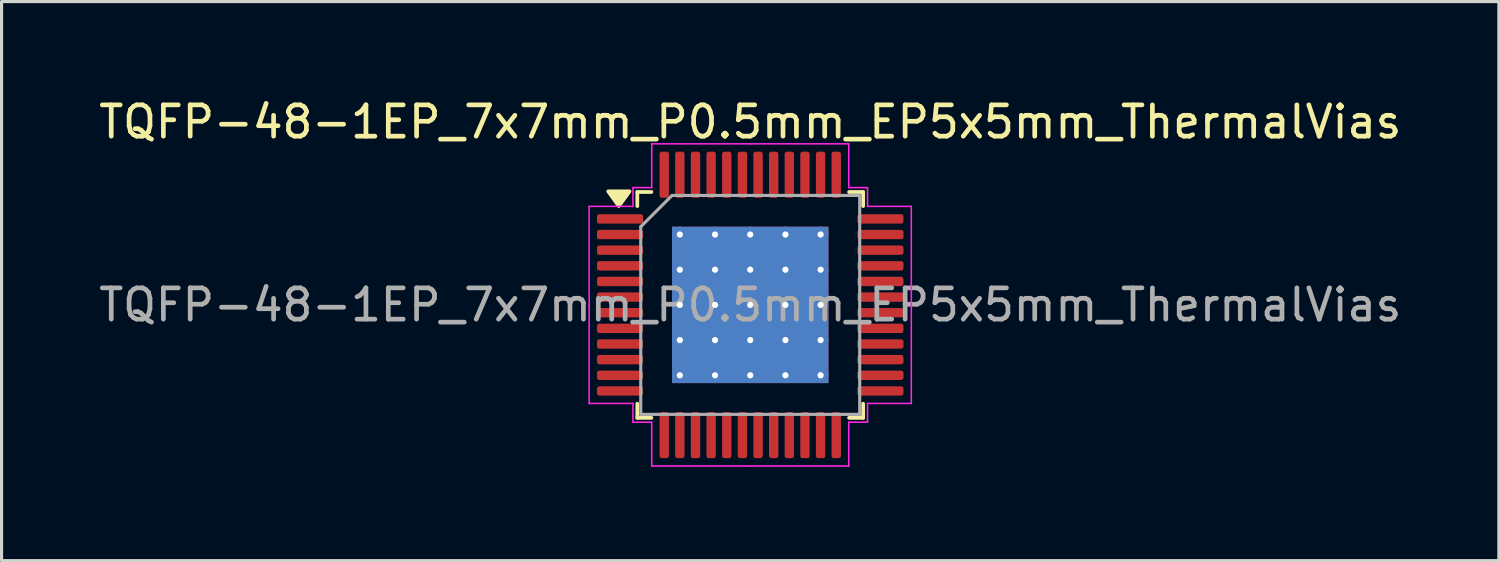
<source format=kicad_pcb>
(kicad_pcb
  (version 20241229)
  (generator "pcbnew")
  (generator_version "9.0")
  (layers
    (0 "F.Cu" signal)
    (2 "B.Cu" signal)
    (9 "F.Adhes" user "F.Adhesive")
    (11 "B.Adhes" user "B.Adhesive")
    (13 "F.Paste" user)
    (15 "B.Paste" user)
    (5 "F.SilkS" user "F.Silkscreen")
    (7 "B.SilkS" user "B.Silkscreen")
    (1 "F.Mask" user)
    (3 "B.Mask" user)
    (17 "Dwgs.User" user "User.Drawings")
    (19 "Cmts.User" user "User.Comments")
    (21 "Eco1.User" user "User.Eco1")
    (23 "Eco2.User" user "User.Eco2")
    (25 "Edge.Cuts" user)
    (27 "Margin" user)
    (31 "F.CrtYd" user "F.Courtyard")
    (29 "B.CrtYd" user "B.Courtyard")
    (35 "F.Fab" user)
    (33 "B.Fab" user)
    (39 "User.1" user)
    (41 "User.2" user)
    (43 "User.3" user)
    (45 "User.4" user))
  (footprint "TQFP-48-1EP_7x7mm_P0.5mm_EP5x5mm_ThermalVias"
    (layer "F.Cu")
    (at 20.935 6.698)
    (property "Reference" "TQFP-48-1EP_7x7mm_P0.5mm_EP5x5mm_ThermalVias" (at 0 -5.85 0) (layer "F.SilkS") (effects (font (size 1 1) (thickness 0.15))))
    (attr smd)
    (fp_line (start -3.61 -3.61) (end -3.61 -3.16) (stroke (width 0.12) (type solid)) (layer "F.SilkS"))
    (fp_line (start -3.61 3.61) (end -3.61 3.16) (stroke (width 0.12) (type solid)) (layer "F.SilkS"))
    (fp_line (start -3.16 -3.61) (end -3.61 -3.61) (stroke (width 0.12) (type solid)) (layer "F.SilkS"))
    (fp_line (start -3.16 3.61) (end -3.61 3.61) (stroke (width 0.12) (type solid)) (layer "F.SilkS"))
    (fp_line (start 3.16 -3.61) (end 3.61 -3.61) (stroke (width 0.12) (type solid)) (layer "F.SilkS"))
    (fp_line (start 3.16 3.61) (end 3.61 3.61) (stroke (width 0.12) (type solid)) (layer "F.SilkS"))
    (fp_line (start 3.61 -3.61) (end 3.61 -3.16) (stroke (width 0.12) (type solid)) (layer "F.SilkS"))
    (fp_line (start 3.61 3.61) (end 3.61 3.16) (stroke (width 0.12) (type solid)) (layer "F.SilkS"))
    (fp_poly (pts (xy -4.2 -3.16) (xy -4.54 -3.63) (xy -3.86 -3.63)) (stroke (width 0.12) (type solid)) (fill yes) (layer "F.SilkS"))
    (fp_line (start -5.15 -3.15) (end -5.15 0) (stroke (width 0.05) (type solid)) (layer "F.CrtYd"))
    (fp_line (start -5.15 3.15) (end -5.15 0) (stroke (width 0.05) (type solid)) (layer "F.CrtYd"))
    (fp_line (start -3.75 -3.75) (end -3.75 -3.15) (stroke (width 0.05) (type solid)) (layer "F.CrtYd"))
    (fp_line (start -3.75 -3.15) (end -5.15 -3.15) (stroke (width 0.05) (type solid)) (layer "F.CrtYd"))
    (fp_line (start -3.75 3.15) (end -5.15 3.15) (stroke (width 0.05) (type solid)) (layer "F.CrtYd"))
    (fp_line (start -3.75 3.75) (end -3.75 3.15) (stroke (width 0.05) (type solid)) (layer "F.CrtYd"))
    (fp_line (start -3.15 -5.15) (end -3.15 -3.75) (stroke (width 0.05) (type solid)) (layer "F.CrtYd"))
    (fp_line (start -3.15 -3.75) (end -3.75 -3.75) (stroke (width 0.05) (type solid)) (layer "F.CrtYd"))
    (fp_line (start -3.15 3.75) (end -3.75 3.75) (stroke (width 0.05) (type solid)) (layer "F.CrtYd"))
    (fp_line (start -3.15 5.15) (end -3.15 3.75) (stroke (width 0.05) (type solid)) (layer "F.CrtYd"))
    (fp_line (start 0 -5.15) (end -3.15 -5.15) (stroke (width 0.05) (type solid)) (layer "F.CrtYd"))
    (fp_line (start 0 -5.15) (end 3.15 -5.15) (stroke (width 0.05) (type solid)) (layer "F.CrtYd"))
    (fp_line (start 0 5.15) (end -3.15 5.15) (stroke (width 0.05) (type solid)) (layer "F.CrtYd"))
    (fp_line (start 0 5.15) (end 3.15 5.15) (stroke (width 0.05) (type solid)) (layer "F.CrtYd"))
    (fp_line (start 3.15 -5.15) (end 3.15 -3.75) (stroke (width 0.05) (type solid)) (layer "F.CrtYd"))
    (fp_line (start 3.15 -3.75) (end 3.75 -3.75) (stroke (width 0.05) (type solid)) (layer "F.CrtYd"))
    (fp_line (start 3.15 3.75) (end 3.75 3.75) (stroke (width 0.05) (type solid)) (layer "F.CrtYd"))
    (fp_line (start 3.15 5.15) (end 3.15 3.75) (stroke (width 0.05) (type solid)) (layer "F.CrtYd"))
    (fp_line (start 3.75 -3.75) (end 3.75 -3.15) (stroke (width 0.05) (type solid)) (layer "F.CrtYd"))
    (fp_line (start 3.75 -3.15) (end 5.15 -3.15) (stroke (width 0.05) (type solid)) (layer "F.CrtYd"))
    (fp_line (start 3.75 3.15) (end 5.15 3.15) (stroke (width 0.05) (type solid)) (layer "F.CrtYd"))
    (fp_line (start 3.75 3.75) (end 3.75 3.15) (stroke (width 0.05) (type solid)) (layer "F.CrtYd"))
    (fp_line (start 5.15 -3.15) (end 5.15 0) (stroke (width 0.05) (type solid)) (layer "F.CrtYd"))
    (fp_line (start 5.15 3.15) (end 5.15 0) (stroke (width 0.05) (type solid)) (layer "F.CrtYd"))
    (fp_line (start -3.5 -2.5) (end -2.5 -3.5) (stroke (width 0.1) (type solid)) (layer "F.Fab"))
    (fp_line (start -3.5 3.5) (end -3.5 -2.5) (stroke (width 0.1) (type solid)) (layer "F.Fab"))
    (fp_line (start -2.5 -3.5) (end 3.5 -3.5) (stroke (width 0.1) (type solid)) (layer "F.Fab"))
    (fp_line (start 3.5 -3.5) (end 3.5 3.5) (stroke (width 0.1) (type solid)) (layer "F.Fab"))
    (fp_line (start 3.5 3.5) (end -3.5 3.5) (stroke (width 0.1) (type solid)) (layer "F.Fab"))
    (fp_text user "${REFERENCE}" (at 0 0 0) (layer "F.Fab") (effects (font (size 1 1) (thickness 0.15))))
    (pad "" smd custom (at -1.688 -1.688) (size 0.891 0.891) (layers "F.Paste") (options (anchor circle)) (primitives (gr_poly (pts (xy -0.387 -0.29) (xy -0.29 -0.387) (xy 0.29 -0.387) (xy 0.387 -0.29) (xy 0.387 0.29) (xy 0.29 0.387) (xy -0.29 0.387) (xy -0.387 0.29)) (width 0.234) (fill yes))))
    (pad "" smd custom (at -1.688 -0.562) (size 0.891 0.891) (layers "F.Paste") (options (anchor circle)) (primitives (gr_poly (pts (xy -0.387 -0.29) (xy -0.29 -0.387) (xy 0.29 -0.387) (xy 0.387 -0.29) (xy 0.387 0.29) (xy 0.29 0.387) (xy -0.29 0.387) (xy -0.387 0.29)) (width 0.234) (fill yes))))
    (pad "" smd custom (at -1.688 0.562) (size 0.891 0.891) (layers "F.Paste") (options (anchor circle)) (primitives (gr_poly (pts (xy -0.387 -0.29) (xy -0.29 -0.387) (xy 0.29 -0.387) (xy 0.387 -0.29) (xy 0.387 0.29) (xy 0.29 0.387) (xy -0.29 0.387) (xy -0.387 0.29)) (width 0.234) (fill yes))))
    (pad "" smd custom (at -1.688 1.688) (size 0.891 0.891) (layers "F.Paste") (options (anchor circle)) (primitives (gr_poly (pts (xy -0.387 -0.29) (xy -0.29 -0.387) (xy 0.29 -0.387) (xy 0.387 -0.29) (xy 0.387 0.29) (xy 0.29 0.387) (xy -0.29 0.387) (xy -0.387 0.29)) (width 0.234) (fill yes))))
    (pad "" smd custom (at -0.562 -1.688) (size 0.891 0.891) (layers "F.Paste") (options (anchor circle)) (primitives (gr_poly (pts (xy -0.387 -0.29) (xy -0.29 -0.387) (xy 0.29 -0.387) (xy 0.387 -0.29) (xy 0.387 0.29) (xy 0.29 0.387) (xy -0.29 0.387) (xy -0.387 0.29)) (width 0.234) (fill yes))))
    (pad "" smd custom (at -0.562 -0.562) (size 0.891 0.891) (layers "F.Paste") (options (anchor circle)) (primitives (gr_poly (pts (xy -0.387 -0.29) (xy -0.29 -0.387) (xy 0.29 -0.387) (xy 0.387 -0.29) (xy 0.387 0.29) (xy 0.29 0.387) (xy -0.29 0.387) (xy -0.387 0.29)) (width 0.234) (fill yes))))
    (pad "" smd custom (at -0.562 0.562) (size 0.891 0.891) (layers "F.Paste") (options (anchor circle)) (primitives (gr_poly (pts (xy -0.387 -0.29) (xy -0.29 -0.387) (xy 0.29 -0.387) (xy 0.387 -0.29) (xy 0.387 0.29) (xy 0.29 0.387) (xy -0.29 0.387) (xy -0.387 0.29)) (width 0.234) (fill yes))))
    (pad "" smd custom (at -0.562 1.688) (size 0.891 0.891) (layers "F.Paste") (options (anchor circle)) (primitives (gr_poly (pts (xy -0.387 -0.29) (xy -0.29 -0.387) (xy 0.29 -0.387) (xy 0.387 -0.29) (xy 0.387 0.29) (xy 0.29 0.387) (xy -0.29 0.387) (xy -0.387 0.29)) (width 0.234) (fill yes))))
    (pad "" smd custom (at 0.562 -1.688) (size 0.891 0.891) (layers "F.Paste") (options (anchor circle)) (primitives (gr_poly (pts (xy -0.387 -0.29) (xy -0.29 -0.387) (xy 0.29 -0.387) (xy 0.387 -0.29) (xy 0.387 0.29) (xy 0.29 0.387) (xy -0.29 0.387) (xy -0.387 0.29)) (width 0.234) (fill yes))))
    (pad "" smd custom (at 0.562 -0.562) (size 0.891 0.891) (layers "F.Paste") (options (anchor circle)) (primitives (gr_poly (pts (xy -0.387 -0.29) (xy -0.29 -0.387) (xy 0.29 -0.387) (xy 0.387 -0.29) (xy 0.387 0.29) (xy 0.29 0.387) (xy -0.29 0.387) (xy -0.387 0.29)) (width 0.234) (fill yes))))
    (pad "" smd custom (at 0.562 0.562) (size 0.891 0.891) (layers "F.Paste") (options (anchor circle)) (primitives (gr_poly (pts (xy -0.387 -0.29) (xy -0.29 -0.387) (xy 0.29 -0.387) (xy 0.387 -0.29) (xy 0.387 0.29) (xy 0.29 0.387) (xy -0.29 0.387) (xy -0.387 0.29)) (width 0.234) (fill yes))))
    (pad "" smd custom (at 0.562 1.688) (size 0.891 0.891) (layers "F.Paste") (options (anchor circle)) (primitives (gr_poly (pts (xy -0.387 -0.29) (xy -0.29 -0.387) (xy 0.29 -0.387) (xy 0.387 -0.29) (xy 0.387 0.29) (xy 0.29 0.387) (xy -0.29 0.387) (xy -0.387 0.29)) (width 0.234) (fill yes))))
    (pad "" smd custom (at 1.688 -1.688) (size 0.891 0.891) (layers "F.Paste") (options (anchor circle)) (primitives (gr_poly (pts (xy -0.387 -0.29) (xy -0.29 -0.387) (xy 0.29 -0.387) (xy 0.387 -0.29) (xy 0.387 0.29) (xy 0.29 0.387) (xy -0.29 0.387) (xy -0.387 0.29)) (width 0.234) (fill yes))))
    (pad "" smd custom (at 1.688 -0.562) (size 0.891 0.891) (layers "F.Paste") (options (anchor circle)) (primitives (gr_poly (pts (xy -0.387 -0.29) (xy -0.29 -0.387) (xy 0.29 -0.387) (xy 0.387 -0.29) (xy 0.387 0.29) (xy 0.29 0.387) (xy -0.29 0.387) (xy -0.387 0.29)) (width 0.234) (fill yes))))
    (pad "" smd custom (at 1.688 0.562) (size 0.891 0.891) (layers "F.Paste") (options (anchor circle)) (primitives (gr_poly (pts (xy -0.387 -0.29) (xy -0.29 -0.387) (xy 0.29 -0.387) (xy 0.387 -0.29) (xy 0.387 0.29) (xy 0.29 0.387) (xy -0.29 0.387) (xy -0.387 0.29)) (width 0.234) (fill yes))))
    (pad "" smd custom (at 1.688 1.688) (size 0.891 0.891) (layers "F.Paste") (options (anchor circle)) (primitives (gr_poly (pts (xy -0.387 -0.29) (xy -0.29 -0.387) (xy 0.29 -0.387) (xy 0.387 -0.29) (xy 0.387 0.29) (xy 0.29 0.387) (xy -0.29 0.387) (xy -0.387 0.29)) (width 0.234) (fill yes))))
    (pad "1" smd roundrect (at -4.162 -2.75) (size 1.475 0.3) (layers "F.Cu" "F.Mask" "F.Paste") (roundrect_rratio 0.25))
    (pad "2" smd roundrect (at -4.162 -2.25) (size 1.475 0.3) (layers "F.Cu" "F.Mask" "F.Paste") (roundrect_rratio 0.25))
    (pad "3" smd roundrect (at -4.162 -1.75) (size 1.475 0.3) (layers "F.Cu" "F.Mask" "F.Paste") (roundrect_rratio 0.25))
    (pad "4" smd roundrect (at -4.162 -1.25) (size 1.475 0.3) (layers "F.Cu" "F.Mask" "F.Paste") (roundrect_rratio 0.25))
    (pad "5" smd roundrect (at -4.162 -0.75) (size 1.475 0.3) (layers "F.Cu" "F.Mask" "F.Paste") (roundrect_rratio 0.25))
    (pad "6" smd roundrect (at -4.162 -0.25) (size 1.475 0.3) (layers "F.Cu" "F.Mask" "F.Paste") (roundrect_rratio 0.25))
    (pad "7" smd roundrect (at -4.162 0.25) (size 1.475 0.3) (layers "F.Cu" "F.Mask" "F.Paste") (roundrect_rratio 0.25))
    (pad "8" smd roundrect (at -4.162 0.75) (size 1.475 0.3) (layers "F.Cu" "F.Mask" "F.Paste") (roundrect_rratio 0.25))
    (pad "9" smd roundrect (at -4.162 1.25) (size 1.475 0.3) (layers "F.Cu" "F.Mask" "F.Paste") (roundrect_rratio 0.25))
    (pad "10" smd roundrect (at -4.162 1.75) (size 1.475 0.3) (layers "F.Cu" "F.Mask" "F.Paste") (roundrect_rratio 0.25))
    (pad "11" smd roundrect (at -4.162 2.25) (size 1.475 0.3) (layers "F.Cu" "F.Mask" "F.Paste") (roundrect_rratio 0.25))
    (pad "12" smd roundrect (at -4.162 2.75) (size 1.475 0.3) (layers "F.Cu" "F.Mask" "F.Paste") (roundrect_rratio 0.25))
    (pad "13" smd roundrect (at -2.75 4.162) (size 0.3 1.475) (layers "F.Cu" "F.Mask" "F.Paste") (roundrect_rratio 0.25))
    (pad "14" smd roundrect (at -2.25 4.162) (size 0.3 1.475) (layers "F.Cu" "F.Mask" "F.Paste") (roundrect_rratio 0.25))
    (pad "15" smd roundrect (at -1.75 4.162) (size 0.3 1.475) (layers "F.Cu" "F.Mask" "F.Paste") (roundrect_rratio 0.25))
    (pad "16" smd roundrect (at -1.25 4.162) (size 0.3 1.475) (layers "F.Cu" "F.Mask" "F.Paste") (roundrect_rratio 0.25))
    (pad "17" smd roundrect (at -0.75 4.162) (size 0.3 1.475) (layers "F.Cu" "F.Mask" "F.Paste") (roundrect_rratio 0.25))
    (pad "18" smd roundrect (at -0.25 4.162) (size 0.3 1.475) (layers "F.Cu" "F.Mask" "F.Paste") (roundrect_rratio 0.25))
    (pad "19" smd roundrect (at 0.25 4.162) (size 0.3 1.475) (layers "F.Cu" "F.Mask" "F.Paste") (roundrect_rratio 0.25))
    (pad "20" smd roundrect (at 0.75 4.162) (size 0.3 1.475) (layers "F.Cu" "F.Mask" "F.Paste") (roundrect_rratio 0.25))
    (pad "21" smd roundrect (at 1.25 4.162) (size 0.3 1.475) (layers "F.Cu" "F.Mask" "F.Paste") (roundrect_rratio 0.25))
    (pad "22" smd roundrect (at 1.75 4.162) (size 0.3 1.475) (layers "F.Cu" "F.Mask" "F.Paste") (roundrect_rratio 0.25))
    (pad "23" smd roundrect (at 2.25 4.162) (size 0.3 1.475) (layers "F.Cu" "F.Mask" "F.Paste") (roundrect_rratio 0.25))
    (pad "24" smd roundrect (at 2.75 4.162) (size 0.3 1.475) (layers "F.Cu" "F.Mask" "F.Paste") (roundrect_rratio 0.25))
    (pad "25" smd roundrect (at 4.162 2.75) (size 1.475 0.3) (layers "F.Cu" "F.Mask" "F.Paste") (roundrect_rratio 0.25))
    (pad "26" smd roundrect (at 4.162 2.25) (size 1.475 0.3) (layers "F.Cu" "F.Mask" "F.Paste") (roundrect_rratio 0.25))
    (pad "27" smd roundrect (at 4.162 1.75) (size 1.475 0.3) (layers "F.Cu" "F.Mask" "F.Paste") (roundrect_rratio 0.25))
    (pad "28" smd roundrect (at 4.162 1.25) (size 1.475 0.3) (layers "F.Cu" "F.Mask" "F.Paste") (roundrect_rratio 0.25))
    (pad "29" smd roundrect (at 4.162 0.75) (size 1.475 0.3) (layers "F.Cu" "F.Mask" "F.Paste") (roundrect_rratio 0.25))
    (pad "30" smd roundrect (at 4.162 0.25) (size 1.475 0.3) (layers "F.Cu" "F.Mask" "F.Paste") (roundrect_rratio 0.25))
    (pad "31" smd roundrect (at 4.162 -0.25) (size 1.475 0.3) (layers "F.Cu" "F.Mask" "F.Paste") (roundrect_rratio 0.25))
    (pad "32" smd roundrect (at 4.162 -0.75) (size 1.475 0.3) (layers "F.Cu" "F.Mask" "F.Paste") (roundrect_rratio 0.25))
    (pad "33" smd roundrect (at 4.162 -1.25) (size 1.475 0.3) (layers "F.Cu" "F.Mask" "F.Paste") (roundrect_rratio 0.25))
    (pad "34" smd roundrect (at 4.162 -1.75) (size 1.475 0.3) (layers "F.Cu" "F.Mask" "F.Paste") (roundrect_rratio 0.25))
    (pad "35" smd roundrect (at 4.162 -2.25) (size 1.475 0.3) (layers "F.Cu" "F.Mask" "F.Paste") (roundrect_rratio 0.25))
    (pad "36" smd roundrect (at 4.162 -2.75) (size 1.475 0.3) (layers "F.Cu" "F.Mask" "F.Paste") (roundrect_rratio 0.25))
    (pad "37" smd roundrect (at 2.75 -4.162) (size 0.3 1.475) (layers "F.Cu" "F.Mask" "F.Paste") (roundrect_rratio 0.25))
    (pad "38" smd roundrect (at 2.25 -4.162) (size 0.3 1.475) (layers "F.Cu" "F.Mask" "F.Paste") (roundrect_rratio 0.25))
    (pad "39" smd roundrect (at 1.75 -4.162) (size 0.3 1.475) (layers "F.Cu" "F.Mask" "F.Paste") (roundrect_rratio 0.25))
    (pad "40" smd roundrect (at 1.25 -4.162) (size 0.3 1.475) (layers "F.Cu" "F.Mask" "F.Paste") (roundrect_rratio 0.25))
    (pad "41" smd roundrect (at 0.75 -4.162) (size 0.3 1.475) (layers "F.Cu" "F.Mask" "F.Paste") (roundrect_rratio 0.25))
    (pad "42" smd roundrect (at 0.25 -4.162) (size 0.3 1.475) (layers "F.Cu" "F.Mask" "F.Paste") (roundrect_rratio 0.25))
    (pad "43" smd roundrect (at -0.25 -4.162) (size 0.3 1.475) (layers "F.Cu" "F.Mask" "F.Paste") (roundrect_rratio 0.25))
    (pad "44" smd roundrect (at -0.75 -4.162) (size 0.3 1.475) (layers "F.Cu" "F.Mask" "F.Paste") (roundrect_rratio 0.25))
    (pad "45" smd roundrect (at -1.25 -4.162) (size 0.3 1.475) (layers "F.Cu" "F.Mask" "F.Paste") (roundrect_rratio 0.25))
    (pad "46" smd roundrect (at -1.75 -4.162) (size 0.3 1.475) (layers "F.Cu" "F.Mask" "F.Paste") (roundrect_rratio 0.25))
    (pad "47" smd roundrect (at -2.25 -4.162) (size 0.3 1.475) (layers "F.Cu" "F.Mask" "F.Paste") (roundrect_rratio 0.25))
    (pad "48" smd roundrect (at -2.75 -4.162) (size 0.3 1.475) (layers "F.Cu" "F.Mask" "F.Paste") (roundrect_rratio 0.25))
    (pad "49" thru_hole circle (at -2.25 -2.25) (size 0.5 0.5) (drill 0.2) (property pad_prop_heatsink) (layers "*.Cu"))
    (pad "49" thru_hole circle (at -2.25 -1.125) (size 0.5 0.5) (drill 0.2) (property pad_prop_heatsink) (layers "*.Cu"))
    (pad "49" thru_hole circle (at -2.25 0) (size 0.5 0.5) (drill 0.2) (property pad_prop_heatsink) (layers "*.Cu"))
    (pad "49" thru_hole circle (at -2.25 1.125) (size 0.5 0.5) (drill 0.2) (property pad_prop_heatsink) (layers "*.Cu"))
    (pad "49" thru_hole circle (at -2.25 2.25) (size 0.5 0.5) (drill 0.2) (property pad_prop_heatsink) (layers "*.Cu"))
    (pad "49" thru_hole circle (at -1.125 -2.25) (size 0.5 0.5) (drill 0.2) (property pad_prop_heatsink) (layers "*.Cu"))
    (pad "49" thru_hole circle (at -1.125 -1.125) (size 0.5 0.5) (drill 0.2) (property pad_prop_heatsink) (layers "*.Cu"))
    (pad "49" thru_hole circle (at -1.125 0) (size 0.5 0.5) (drill 0.2) (property pad_prop_heatsink) (layers "*.Cu"))
    (pad "49" thru_hole circle (at -1.125 1.125) (size 0.5 0.5) (drill 0.2) (property pad_prop_heatsink) (layers "*.Cu"))
    (pad "49" thru_hole circle (at -1.125 2.25) (size 0.5 0.5) (drill 0.2) (property pad_prop_heatsink) (layers "*.Cu"))
    (pad "49" thru_hole circle (at 0 -2.25) (size 0.5 0.5) (drill 0.2) (property pad_prop_heatsink) (layers "*.Cu"))
    (pad "49" thru_hole circle (at 0 -1.125) (size 0.5 0.5) (drill 0.2) (property pad_prop_heatsink) (layers "*.Cu"))
    (pad "49" thru_hole circle (at 0 0) (size 0.5 0.5) (drill 0.2) (property pad_prop_heatsink) (layers "*.Cu"))
    (pad "49" smd rect (at 0 0) (size 5 5) (property pad_prop_heatsink) (layers "F.Cu" "F.Mask"))
    (pad "49" smd rect (at 0 0) (size 5 5) (property pad_prop_heatsink) (layers "B.Cu"))
    (pad "49" thru_hole circle (at 0 1.125) (size 0.5 0.5) (drill 0.2) (property pad_prop_heatsink) (layers "*.Cu"))
    (pad "49" thru_hole circle (at 0 2.25) (size 0.5 0.5) (drill 0.2) (property pad_prop_heatsink) (layers "*.Cu"))
    (pad "49" thru_hole circle (at 1.125 -2.25) (size 0.5 0.5) (drill 0.2) (property pad_prop_heatsink) (layers "*.Cu"))
    (pad "49" thru_hole circle (at 1.125 -1.125) (size 0.5 0.5) (drill 0.2) (property pad_prop_heatsink) (layers "*.Cu"))
    (pad "49" thru_hole circle (at 1.125 0) (size 0.5 0.5) (drill 0.2) (property pad_prop_heatsink) (layers "*.Cu"))
    (pad "49" thru_hole circle (at 1.125 1.125) (size 0.5 0.5) (drill 0.2) (property pad_prop_heatsink) (layers "*.Cu"))
    (pad "49" thru_hole circle (at 1.125 2.25) (size 0.5 0.5) (drill 0.2) (property pad_prop_heatsink) (layers "*.Cu"))
    (pad "49" thru_hole circle (at 2.25 -2.25) (size 0.5 0.5) (drill 0.2) (property pad_prop_heatsink) (layers "*.Cu"))
    (pad "49" thru_hole circle (at 2.25 -1.125) (size 0.5 0.5) (drill 0.2) (property pad_prop_heatsink) (layers "*.Cu"))
    (pad "49" thru_hole circle (at 2.25 0) (size 0.5 0.5) (drill 0.2) (property pad_prop_heatsink) (layers "*.Cu"))
    (pad "49" thru_hole circle (at 2.25 1.125) (size 0.5 0.5) (drill 0.2) (property pad_prop_heatsink) (layers "*.Cu"))
    (pad "49" thru_hole circle (at 2.25 2.25) (size 0.5 0.5) (drill 0.2) (property pad_prop_heatsink) (layers "*.Cu")))
  (gr_rect
    (start -3 -3)
    (end 44.869 14.873)
    (stroke (width 0.1) (type default))
    (fill no)
    (layer "Edge.Cuts")))
</source>
